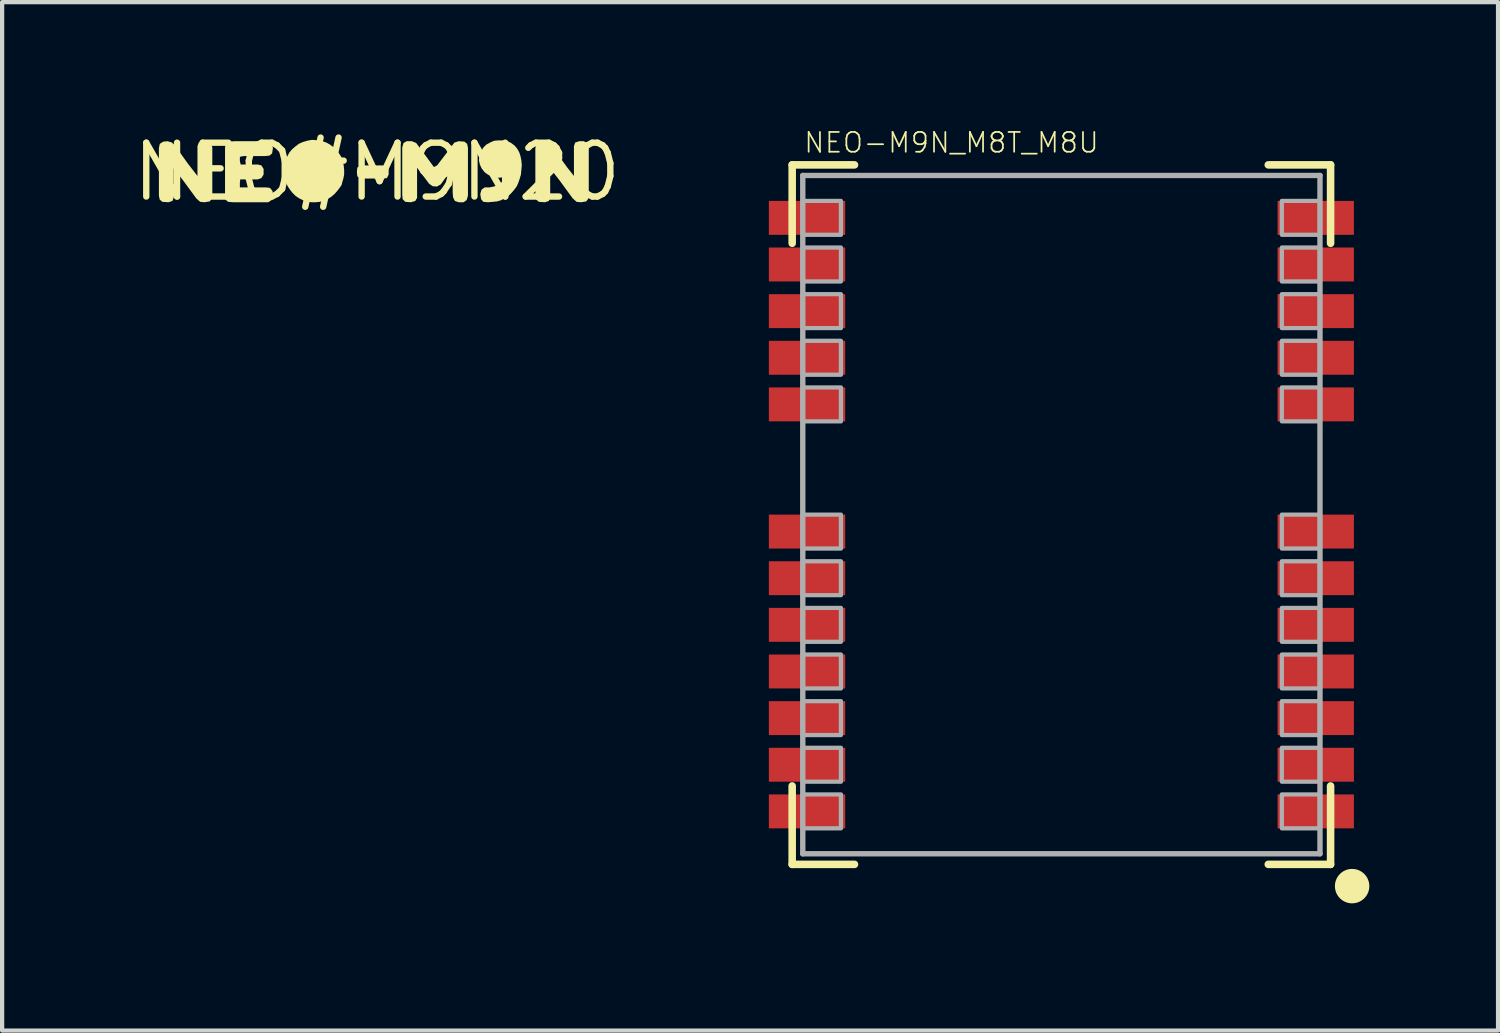
<source format=kicad_pcb>
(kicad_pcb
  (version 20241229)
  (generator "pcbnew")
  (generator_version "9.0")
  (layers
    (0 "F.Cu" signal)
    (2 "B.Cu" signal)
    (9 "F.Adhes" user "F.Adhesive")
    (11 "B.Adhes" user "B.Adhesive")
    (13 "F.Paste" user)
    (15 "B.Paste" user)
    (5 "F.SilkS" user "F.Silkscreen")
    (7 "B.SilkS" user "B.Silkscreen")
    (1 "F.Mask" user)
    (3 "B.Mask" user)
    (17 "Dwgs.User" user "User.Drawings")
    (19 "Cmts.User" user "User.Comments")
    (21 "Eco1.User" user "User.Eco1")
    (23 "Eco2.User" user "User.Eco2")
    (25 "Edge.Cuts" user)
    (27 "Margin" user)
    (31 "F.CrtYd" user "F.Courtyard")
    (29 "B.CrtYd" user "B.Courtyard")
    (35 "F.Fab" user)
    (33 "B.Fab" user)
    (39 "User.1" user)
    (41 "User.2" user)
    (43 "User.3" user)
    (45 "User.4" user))
  (footprint "NEO-M9N_M8T_M8U"
    (layer "F.Cu")
    (at 21.986 9.089)
    (property "Reference" "NEO-M9N_M8T_M8U" (at -6.1 -8.5 0) (layer "F.SilkS") (effects (font (size 0.467 0.467) (thickness 0.041)) (justify left bottom)))
    (fp_line (start -6.35 -8.25) (end -4.88 -8.25) (stroke (width 0.178) (type solid)) (layer "F.SilkS"))
    (fp_line (start -6.35 -6.4) (end -6.35 -8.25) (stroke (width 0.178) (type solid)) (layer "F.SilkS"))
    (fp_line (start -6.35 8.25) (end -6.35 6.4) (stroke (width 0.178) (type solid)) (layer "F.SilkS"))
    (fp_line (start -4.88 8.25) (end -6.35 8.25) (stroke (width 0.178) (type solid)) (layer "F.SilkS"))
    (fp_line (start 4.88 -8.25) (end 6.35 -8.25) (stroke (width 0.178) (type solid)) (layer "F.SilkS"))
    (fp_line (start 6.35 -8.25) (end 6.35 -6.4) (stroke (width 0.178) (type solid)) (layer "F.SilkS"))
    (fp_line (start 6.35 6.4) (end 6.35 8.25) (stroke (width 0.178) (type solid)) (layer "F.SilkS"))
    (fp_line (start 6.35 8.25) (end 4.88 8.25) (stroke (width 0.178) (type solid)) (layer "F.SilkS"))
    (fp_circle (center 6.858 8.763) (end 7.061 8.763) (stroke (width 0.406) (type solid)) (fill yes) (layer "F.SilkS"))
    (fp_poly (pts (xy -6.1 -7.4) (xy -7.3 -7.4) (xy -7.3 -6.6) (xy -6.1 -6.6)) (stroke (width 0) (type solid)) (fill yes) (layer "F.Paste"))
    (fp_poly (pts (xy -6.1 -6.3) (xy -7.3 -6.3) (xy -7.3 -5.5) (xy -6.1 -5.5)) (stroke (width 0) (type solid)) (fill yes) (layer "F.Paste"))
    (fp_poly (pts (xy -6.1 -5.2) (xy -7.3 -5.2) (xy -7.3 -4.4) (xy -6.1 -4.4)) (stroke (width 0) (type solid)) (fill yes) (layer "F.Paste"))
    (fp_poly (pts (xy -6.1 -4.1) (xy -7.3 -4.1) (xy -7.3 -3.3) (xy -6.1 -3.3)) (stroke (width 0) (type solid)) (fill yes) (layer "F.Paste"))
    (fp_poly (pts (xy -6.1 -3) (xy -7.3 -3) (xy -7.3 -2.2) (xy -6.1 -2.2)) (stroke (width 0) (type solid)) (fill yes) (layer "F.Paste"))
    (fp_poly (pts (xy -6.1 0) (xy -7.3 0) (xy -7.3 0.8) (xy -6.1 0.8)) (stroke (width 0) (type solid)) (fill yes) (layer "F.Paste"))
    (fp_poly (pts (xy -6.1 1.1) (xy -7.3 1.1) (xy -7.3 1.9) (xy -6.1 1.9)) (stroke (width 0) (type solid)) (fill yes) (layer "F.Paste"))
    (fp_poly (pts (xy -6.1 2.2) (xy -7.3 2.2) (xy -7.3 3) (xy -6.1 3)) (stroke (width 0) (type solid)) (fill yes) (layer "F.Paste"))
    (fp_poly (pts (xy -6.1 3.3) (xy -7.3 3.3) (xy -7.3 4.1) (xy -6.1 4.1)) (stroke (width 0) (type solid)) (fill yes) (layer "F.Paste"))
    (fp_poly (pts (xy -6.1 4.4) (xy -7.3 4.4) (xy -7.3 5.2) (xy -6.1 5.2)) (stroke (width 0) (type solid)) (fill yes) (layer "F.Paste"))
    (fp_poly (pts (xy -6.1 5.5) (xy -7.3 5.5) (xy -7.3 6.3) (xy -6.1 6.3)) (stroke (width 0) (type solid)) (fill yes) (layer "F.Paste"))
    (fp_poly (pts (xy -6.1 6.6) (xy -7.3 6.6) (xy -7.3 7.4) (xy -6.1 7.4)) (stroke (width 0) (type solid)) (fill yes) (layer "F.Paste"))
    (fp_poly (pts (xy -5.2 -7.3) (xy -6.1 -7.3) (xy -6.1 -6.7) (xy -5.2 -6.7)) (stroke (width 0) (type solid)) (fill yes) (layer "F.Paste"))
    (fp_poly (pts (xy -5.2 -6.2) (xy -6.1 -6.2) (xy -6.1 -5.6) (xy -5.2 -5.6)) (stroke (width 0) (type solid)) (fill yes) (layer "F.Paste"))
    (fp_poly (pts (xy -5.2 -5.1) (xy -6.1 -5.1) (xy -6.1 -4.5) (xy -5.2 -4.5)) (stroke (width 0) (type solid)) (fill yes) (layer "F.Paste"))
    (fp_poly (pts (xy -5.2 -4) (xy -6.1 -4) (xy -6.1 -3.4) (xy -5.2 -3.4)) (stroke (width 0) (type solid)) (fill yes) (layer "F.Paste"))
    (fp_poly (pts (xy -5.2 -2.9) (xy -6.1 -2.9) (xy -6.1 -2.3) (xy -5.2 -2.3)) (stroke (width 0) (type solid)) (fill yes) (layer "F.Paste"))
    (fp_poly (pts (xy -5.2 0.1) (xy -6.1 0.1) (xy -6.1 0.7) (xy -5.2 0.7)) (stroke (width 0) (type solid)) (fill yes) (layer "F.Paste"))
    (fp_poly (pts (xy -5.2 1.2) (xy -6.1 1.2) (xy -6.1 1.8) (xy -5.2 1.8)) (stroke (width 0) (type solid)) (fill yes) (layer "F.Paste"))
    (fp_poly (pts (xy -5.2 2.3) (xy -6.1 2.3) (xy -6.1 2.9) (xy -5.2 2.9)) (stroke (width 0) (type solid)) (fill yes) (layer "F.Paste"))
    (fp_poly (pts (xy -5.2 3.4) (xy -6.1 3.4) (xy -6.1 4) (xy -5.2 4)) (stroke (width 0) (type solid)) (fill yes) (layer "F.Paste"))
    (fp_poly (pts (xy -5.2 4.5) (xy -6.1 4.5) (xy -6.1 5.1) (xy -5.2 5.1)) (stroke (width 0) (type solid)) (fill yes) (layer "F.Paste"))
    (fp_poly (pts (xy -5.2 5.6) (xy -6.1 5.6) (xy -6.1 6.2) (xy -5.2 6.2)) (stroke (width 0) (type solid)) (fill yes) (layer "F.Paste"))
    (fp_poly (pts (xy -5.2 6.7) (xy -6.1 6.7) (xy -6.1 7.3) (xy -5.2 7.3)) (stroke (width 0) (type solid)) (fill yes) (layer "F.Paste"))
    (fp_poly (pts (xy 5.2 -6.7) (xy 6.1 -6.7) (xy 6.1 -7.3) (xy 5.2 -7.3)) (stroke (width 0) (type solid)) (fill yes) (layer "F.Paste"))
    (fp_poly (pts (xy 5.2 -5.6) (xy 6.1 -5.6) (xy 6.1 -6.2) (xy 5.2 -6.2)) (stroke (width 0) (type solid)) (fill yes) (layer "F.Paste"))
    (fp_poly (pts (xy 5.2 -4.5) (xy 6.1 -4.5) (xy 6.1 -5.1) (xy 5.2 -5.1)) (stroke (width 0) (type solid)) (fill yes) (layer "F.Paste"))
    (fp_poly (pts (xy 5.2 -3.4) (xy 6.1 -3.4) (xy 6.1 -4) (xy 5.2 -4)) (stroke (width 0) (type solid)) (fill yes) (layer "F.Paste"))
    (fp_poly (pts (xy 5.2 -2.3) (xy 6.1 -2.3) (xy 6.1 -2.9) (xy 5.2 -2.9)) (stroke (width 0) (type solid)) (fill yes) (layer "F.Paste"))
    (fp_poly (pts (xy 5.2 0.7) (xy 6.1 0.7) (xy 6.1 0.1) (xy 5.2 0.1)) (stroke (width 0) (type solid)) (fill yes) (layer "F.Paste"))
    (fp_poly (pts (xy 5.2 1.8) (xy 6.1 1.8) (xy 6.1 1.2) (xy 5.2 1.2)) (stroke (width 0) (type solid)) (fill yes) (layer "F.Paste"))
    (fp_poly (pts (xy 5.2 2.9) (xy 6.1 2.9) (xy 6.1 2.3) (xy 5.2 2.3)) (stroke (width 0) (type solid)) (fill yes) (layer "F.Paste"))
    (fp_poly (pts (xy 5.2 4) (xy 6.1 4) (xy 6.1 3.4) (xy 5.2 3.4)) (stroke (width 0) (type solid)) (fill yes) (layer "F.Paste"))
    (fp_poly (pts (xy 5.2 5.1) (xy 6.1 5.1) (xy 6.1 4.5) (xy 5.2 4.5)) (stroke (width 0) (type solid)) (fill yes) (layer "F.Paste"))
    (fp_poly (pts (xy 5.2 6.2) (xy 6.1 6.2) (xy 6.1 5.6) (xy 5.2 5.6)) (stroke (width 0) (type solid)) (fill yes) (layer "F.Paste"))
    (fp_poly (pts (xy 5.2 7.3) (xy 6.1 7.3) (xy 6.1 6.7) (xy 5.2 6.7)) (stroke (width 0) (type solid)) (fill yes) (layer "F.Paste"))
    (fp_poly (pts (xy 6.1 -6.6) (xy 7.3 -6.6) (xy 7.3 -7.4) (xy 6.1 -7.4)) (stroke (width 0) (type solid)) (fill yes) (layer "F.Paste"))
    (fp_poly (pts (xy 6.1 -5.5) (xy 7.3 -5.5) (xy 7.3 -6.3) (xy 6.1 -6.3)) (stroke (width 0) (type solid)) (fill yes) (layer "F.Paste"))
    (fp_poly (pts (xy 6.1 -4.4) (xy 7.3 -4.4) (xy 7.3 -5.2) (xy 6.1 -5.2)) (stroke (width 0) (type solid)) (fill yes) (layer "F.Paste"))
    (fp_poly (pts (xy 6.1 -3.3) (xy 7.3 -3.3) (xy 7.3 -4.1) (xy 6.1 -4.1)) (stroke (width 0) (type solid)) (fill yes) (layer "F.Paste"))
    (fp_poly (pts (xy 6.1 -2.2) (xy 7.3 -2.2) (xy 7.3 -3) (xy 6.1 -3)) (stroke (width 0) (type solid)) (fill yes) (layer "F.Paste"))
    (fp_poly (pts (xy 6.1 0.8) (xy 7.3 0.8) (xy 7.3 0) (xy 6.1 0)) (stroke (width 0) (type solid)) (fill yes) (layer "F.Paste"))
    (fp_poly (pts (xy 6.1 1.9) (xy 7.3 1.9) (xy 7.3 1.1) (xy 6.1 1.1)) (stroke (width 0) (type solid)) (fill yes) (layer "F.Paste"))
    (fp_poly (pts (xy 6.1 3) (xy 7.3 3) (xy 7.3 2.2) (xy 6.1 2.2)) (stroke (width 0) (type solid)) (fill yes) (layer "F.Paste"))
    (fp_poly (pts (xy 6.1 4.1) (xy 7.3 4.1) (xy 7.3 3.3) (xy 6.1 3.3)) (stroke (width 0) (type solid)) (fill yes) (layer "F.Paste"))
    (fp_poly (pts (xy 6.1 5.2) (xy 7.3 5.2) (xy 7.3 4.4) (xy 6.1 4.4)) (stroke (width 0) (type solid)) (fill yes) (layer "F.Paste"))
    (fp_poly (pts (xy 6.1 6.3) (xy 7.3 6.3) (xy 7.3 5.5) (xy 6.1 5.5)) (stroke (width 0) (type solid)) (fill yes) (layer "F.Paste"))
    (fp_poly (pts (xy 6.1 7.4) (xy 7.3 7.4) (xy 7.3 6.6) (xy 6.1 6.6)) (stroke (width 0) (type solid)) (fill yes) (layer "F.Paste"))
    (fp_line (start -6.1 -8) (end 6.1 -8) (stroke (width 0.127) (type solid)) (layer "F.Fab"))
    (fp_line (start -6.1 8) (end -6.1 -8) (stroke (width 0.127) (type solid)) (layer "F.Fab"))
    (fp_line (start 6.1 -8) (end 6.1 8) (stroke (width 0.127) (type solid)) (layer "F.Fab"))
    (fp_line (start 6.1 8) (end -6.1 8) (stroke (width 0.127) (type solid)) (layer "F.Fab"))
    (fp_poly (pts (xy -6.1 -6.6) (xy -5.2 -6.6) (xy -5.2 -7.4) (xy -6.1 -7.4)) (stroke (width 0.1) (type solid)) (fill no) (layer "F.Fab"))
    (fp_poly (pts (xy -6.1 -5.5) (xy -5.2 -5.5) (xy -5.2 -6.3) (xy -6.1 -6.3)) (stroke (width 0.1) (type solid)) (fill no) (layer "F.Fab"))
    (fp_poly (pts (xy -6.1 -4.4) (xy -5.2 -4.4) (xy -5.2 -5.2) (xy -6.1 -5.2)) (stroke (width 0.1) (type solid)) (fill no) (layer "F.Fab"))
    (fp_poly (pts (xy -6.1 -3.3) (xy -5.2 -3.3) (xy -5.2 -4.1) (xy -6.1 -4.1)) (stroke (width 0.1) (type solid)) (fill no) (layer "F.Fab"))
    (fp_poly (pts (xy -6.1 -2.2) (xy -5.2 -2.2) (xy -5.2 -3) (xy -6.1 -3)) (stroke (width 0.1) (type solid)) (fill no) (layer "F.Fab"))
    (fp_poly (pts (xy -6.1 0.8) (xy -5.2 0.8) (xy -5.2 0) (xy -6.1 0)) (stroke (width 0.1) (type solid)) (fill no) (layer "F.Fab"))
    (fp_poly (pts (xy -6.1 1.9) (xy -5.2 1.9) (xy -5.2 1.1) (xy -6.1 1.1)) (stroke (width 0.1) (type solid)) (fill no) (layer "F.Fab"))
    (fp_poly (pts (xy -6.1 3) (xy -5.2 3) (xy -5.2 2.2) (xy -6.1 2.2)) (stroke (width 0.1) (type solid)) (fill no) (layer "F.Fab"))
    (fp_poly (pts (xy -6.1 4.1) (xy -5.2 4.1) (xy -5.2 3.3) (xy -6.1 3.3)) (stroke (width 0.1) (type solid)) (fill no) (layer "F.Fab"))
    (fp_poly (pts (xy -6.1 5.2) (xy -5.2 5.2) (xy -5.2 4.4) (xy -6.1 4.4)) (stroke (width 0.1) (type solid)) (fill no) (layer "F.Fab"))
    (fp_poly (pts (xy -6.1 6.3) (xy -5.2 6.3) (xy -5.2 5.5) (xy -6.1 5.5)) (stroke (width 0.1) (type solid)) (fill no) (layer "F.Fab"))
    (fp_poly (pts (xy -6.1 7.4) (xy -5.2 7.4) (xy -5.2 6.6) (xy -6.1 6.6)) (stroke (width 0.1) (type solid)) (fill no) (layer "F.Fab"))
    (fp_poly (pts (xy 5.2 -6.6) (xy 6.1 -6.6) (xy 6.1 -7.4) (xy 5.2 -7.4)) (stroke (width 0.1) (type solid)) (fill no) (layer "F.Fab"))
    (fp_poly (pts (xy 5.2 -5.5) (xy 6.1 -5.5) (xy 6.1 -6.3) (xy 5.2 -6.3)) (stroke (width 0.1) (type solid)) (fill no) (layer "F.Fab"))
    (fp_poly (pts (xy 5.2 -4.4) (xy 6.1 -4.4) (xy 6.1 -5.2) (xy 5.2 -5.2)) (stroke (width 0.1) (type solid)) (fill no) (layer "F.Fab"))
    (fp_poly (pts (xy 5.2 -3.3) (xy 6.1 -3.3) (xy 6.1 -4.1) (xy 5.2 -4.1)) (stroke (width 0.1) (type solid)) (fill no) (layer "F.Fab"))
    (fp_poly (pts (xy 5.2 -2.2) (xy 6.1 -2.2) (xy 6.1 -3) (xy 5.2 -3)) (stroke (width 0.1) (type solid)) (fill no) (layer "F.Fab"))
    (fp_poly (pts (xy 5.2 0.8) (xy 6.1 0.8) (xy 6.1 0) (xy 5.2 0)) (stroke (width 0.1) (type solid)) (fill no) (layer "F.Fab"))
    (fp_poly (pts (xy 5.2 1.9) (xy 6.1 1.9) (xy 6.1 1.1) (xy 5.2 1.1)) (stroke (width 0.1) (type solid)) (fill no) (layer "F.Fab"))
    (fp_poly (pts (xy 5.2 3) (xy 6.1 3) (xy 6.1 2.2) (xy 5.2 2.2)) (stroke (width 0.1) (type solid)) (fill no) (layer "F.Fab"))
    (fp_poly (pts (xy 5.2 4.1) (xy 6.1 4.1) (xy 6.1 3.3) (xy 5.2 3.3)) (stroke (width 0.1) (type solid)) (fill no) (layer "F.Fab"))
    (fp_poly (pts (xy 5.2 5.2) (xy 6.1 5.2) (xy 6.1 4.4) (xy 5.2 4.4)) (stroke (width 0.1) (type solid)) (fill no) (layer "F.Fab"))
    (fp_poly (pts (xy 5.2 6.3) (xy 6.1 6.3) (xy 6.1 5.5) (xy 5.2 5.5)) (stroke (width 0.1) (type solid)) (fill no) (layer "F.Fab"))
    (fp_poly (pts (xy 5.2 7.4) (xy 6.1 7.4) (xy 6.1 6.6) (xy 5.2 6.6)) (stroke (width 0.1) (type solid)) (fill no) (layer "F.Fab"))
    (pad "1" smd rect (at 6 7) (size 1.8 0.8) (layers "F.Cu" "F.Mask"))
    (pad "2" smd rect (at 6 5.9) (size 1.8 0.8) (layers "F.Cu" "F.Mask"))
    (pad "3" smd rect (at 6 4.8) (size 1.8 0.8) (layers "F.Cu" "F.Mask"))
    (pad "4" smd rect (at 6 3.7) (size 1.8 0.8) (layers "F.Cu" "F.Mask"))
    (pad "5" smd rect (at 6 2.6) (size 1.8 0.8) (layers "F.Cu" "F.Mask"))
    (pad "6" smd rect (at 6 1.5) (size 1.8 0.8) (layers "F.Cu" "F.Mask"))
    (pad "7" smd rect (at 6 0.4) (size 1.8 0.8) (layers "F.Cu" "F.Mask"))
    (pad "8" smd rect (at 6 -2.6) (size 1.8 0.8) (layers "F.Cu" "F.Mask"))
    (pad "9" smd rect (at 6 -3.7) (size 1.8 0.8) (layers "F.Cu" "F.Mask"))
    (pad "10" smd rect (at 6 -4.8) (size 1.8 0.8) (layers "F.Cu" "F.Mask"))
    (pad "11" smd rect (at 6 -5.9) (size 1.8 0.8) (layers "F.Cu" "F.Mask"))
    (pad "12" smd rect (at 6 -7) (size 1.8 0.8) (layers "F.Cu" "F.Mask"))
    (pad "13" smd rect (at -6 -7 180) (size 1.8 0.8) (layers "F.Cu" "F.Mask"))
    (pad "14" smd rect (at -6 -5.9 180) (size 1.8 0.8) (layers "F.Cu" "F.Mask"))
    (pad "15" smd rect (at -6 -4.8 180) (size 1.8 0.8) (layers "F.Cu" "F.Mask"))
    (pad "16" smd rect (at -6 -3.7 180) (size 1.8 0.8) (layers "F.Cu" "F.Mask"))
    (pad "17" smd rect (at -6 -2.6 180) (size 1.8 0.8) (layers "F.Cu" "F.Mask"))
    (pad "18" smd rect (at -6 0.4 180) (size 1.8 0.8) (layers "F.Cu" "F.Mask"))
    (pad "19" smd rect (at -6 1.5 180) (size 1.8 0.8) (layers "F.Cu" "F.Mask"))
    (pad "20" smd rect (at -6 2.6 180) (size 1.8 0.8) (layers "F.Cu" "F.Mask"))
    (pad "21" smd rect (at -6 3.7 180) (size 1.8 0.8) (layers "F.Cu" "F.Mask"))
    (pad "22" smd rect (at -6 4.8 180) (size 1.8 0.8) (layers "F.Cu" "F.Mask"))
    (pad "23" smd rect (at -6 5.9 180) (size 1.8 0.8) (layers "F.Cu" "F.Mask"))
    (pad "24" smd rect (at -6 7 180) (size 1.8 0.8) (layers "F.Cu" "F.Mask")))
  (footprint "NEO#M9N20"
    (layer "F.Cu")
    (at 5.843 1.006)
    (property "Reference" "NEO#M9N20" (at 0 0 0) (layer "F.SilkS") (effects (font (size 1.27 1.27) (thickness 0.15))))
    (fp_poly (pts (xy 0.233 -0.134) (xy 0.275 -0.051) (xy 0.275 0.061) (xy 0.233 0.145) (xy 0.13 0.155) (xy -0.392 0.155) (xy -0.465 0.103) (xy -0.475 0) (xy -0.465 -0.103) (xy -0.381 -0.155) (xy 0.13 -0.155)) (stroke (width 0) (type solid)) (fill yes) (layer "F.SilkS"))
    (fp_poly (pts (xy -4.837 -0.694) (xy -4.766 -0.623) (xy -4.466 -0.203) (xy -4.235 0.095) (xy -4.235 -0.611) (xy -4.204 -0.694) (xy -4.111 -0.725) (xy -3.999 -0.725) (xy -3.916 -0.673) (xy -3.885 -0.581) (xy -3.885 0.54) (xy -3.895 0.632) (xy -3.947 0.695) (xy -4.07 0.715) (xy -4.172 0.705) (xy -4.264 0.623) (xy -4.564 0.213) (xy -4.795 -0.085) (xy -4.795 0.601) (xy -4.826 0.684) (xy -4.919 0.715) (xy -5.062 0.705) (xy -5.125 0.653) (xy -5.145 0.561) (xy -5.145 -0.56) (xy -5.124 -0.663) (xy -5.042 -0.715) (xy -4.94 -0.725)) (stroke (width 0) (type solid)) (fill yes) (layer "F.SilkS"))
    (fp_poly (pts (xy 4.043 -0.694) (xy 4.114 -0.623) (xy 4.474 -0.123) (xy 4.645 0.095) (xy 4.645 -0.611) (xy 4.676 -0.694) (xy 4.769 -0.725) (xy 4.881 -0.725) (xy 4.964 -0.673) (xy 4.995 -0.581) (xy 4.995 0.54) (xy 4.985 0.632) (xy 4.933 0.695) (xy 4.81 0.715) (xy 4.708 0.705) (xy 4.616 0.623) (xy 4.316 0.213) (xy 4.085 -0.085) (xy 4.085 0.601) (xy 4.054 0.684) (xy 3.961 0.715) (xy 3.818 0.705) (xy 3.755 0.653) (xy 3.735 0.561) (xy 3.735 -0.56) (xy 3.756 -0.663) (xy 3.838 -0.715) (xy 3.94 -0.725)) (stroke (width 0) (type solid)) (fill yes) (layer "F.SilkS"))
    (fp_poly (pts (xy -2.558 -0.715) (xy -2.486 -0.673) (xy -2.455 -0.56) (xy -2.475 -0.437) (xy -2.538 -0.385) (xy -2.64 -0.375) (xy -3.149 -0.375) (xy -3.235 -0.356) (xy -3.235 -0.261) (xy -3.216 -0.175) (xy -2.809 -0.175) (xy -2.727 -0.154) (xy -2.675 -0.071) (xy -2.675 0.061) (xy -2.727 0.144) (xy -2.809 0.175) (xy -3.226 0.175) (xy -3.235 0.26) (xy -3.235 0.365) (xy -2.62 0.365) (xy -2.527 0.375) (xy -2.465 0.448) (xy -2.455 0.571) (xy -2.496 0.673) (xy -2.569 0.715) (xy -3.39 0.715) (xy -3.512 0.705) (xy -3.575 0.653) (xy -3.585 0.55) (xy -3.585 -0.581) (xy -3.564 -0.673) (xy -3.492 -0.715) (xy -3.37 -0.725) (xy -2.66 -0.725)) (stroke (width 0) (type solid)) (fill yes) (layer "F.SilkS"))
    (fp_poly (pts (xy 2.062 -0.715) (xy 2.125 -0.663) (xy 2.145 -0.571) (xy 2.145 0.561) (xy 2.114 0.663) (xy 2.042 0.715) (xy 1.929 0.715) (xy 1.836 0.684) (xy 1.795 0.601) (xy 1.785 0.49) (xy 1.785 -0.104) (xy 1.554 0.223) (xy 1.503 0.294) (xy 1.411 0.345) (xy 1.308 0.335) (xy 1.226 0.274) (xy 0.957 -0.086) (xy 0.945 -0.092) (xy 0.945 0.611) (xy 0.903 0.684) (xy 0.801 0.715) (xy 0.668 0.705) (xy 0.605 0.642) (xy 0.595 0.54) (xy 0.595 -0.581) (xy 0.626 -0.683) (xy 0.699 -0.725) (xy 0.821 -0.725) (xy 0.923 -0.684) (xy 0.984 -0.603) (xy 1.342 -0.116) (xy 1.417 -0.154) (xy 1.646 -0.453) (xy 1.746 -0.593) (xy 1.827 -0.694) (xy 1.929 -0.725)) (stroke (width 0) (type solid)) (fill yes) (layer "F.SilkS"))
    (fp_poly (pts (xy -1.389 -0.745) (xy -1.289 -0.725) (xy -1.198 -0.695) (xy -1.107 -0.644) (xy -1.027 -0.584) (xy -0.946 -0.503) (xy -0.886 -0.423) (xy -0.835 -0.342) (xy -0.805 -0.241) (xy -0.785 -0.151) (xy -0.775 -0.04) (xy -0.775 0.06) (xy -0.795 0.161) (xy -0.825 0.262) (xy -0.866 0.353) (xy -0.926 0.433) (xy -0.996 0.514) (xy -1.077 0.584) (xy -1.158 0.634) (xy -1.248 0.675) (xy -1.349 0.705) (xy -1.45 0.715) (xy -1.55 0.715) (xy -1.651 0.695) (xy -1.752 0.665) (xy -1.833 0.624) (xy -1.923 0.564) (xy -1.994 0.493) (xy -2.064 0.403) (xy -2.112 0.327) (xy -2.112 0.327) (xy -2.114 0.322) (xy -2.117 0.318) (xy -2.116 0.318) (xy -2.155 0.232) (xy -2.185 0.131) (xy -2.195 0.03) (xy -2.195 -0.07) (xy -2.175 -0.171) (xy -2.155 -0.271) (xy -2.115 -0.372) (xy -2.064 -0.463) (xy -2.004 -0.534) (xy -1.923 -0.604) (xy -1.843 -0.664) (xy -1.752 -0.705) (xy -1.651 -0.735) (xy -1.55 -0.755) (xy -1.49 -0.755)) (stroke (width 0) (type solid)) (fill yes) (layer "F.SilkS"))
    (fp_poly (pts (xy 3.082 -0.725) (xy 3.163 -0.684) (xy 3.243 -0.624) (xy 3.304 -0.553) (xy 3.355 -0.462) (xy 3.385 -0.371) (xy 3.405 -0.271) (xy 3.415 -0.16) (xy 3.405 -0.05) (xy 3.395 0.061) (xy 3.365 0.162) (xy 3.335 0.252) (xy 3.294 0.343) (xy 3.234 0.423) (xy 3.174 0.493) (xy 3.103 0.564) (xy 3.013 0.614) (xy 2.932 0.665) (xy 2.831 0.695) (xy 2.73 0.705) (xy 2.62 0.715) (xy 2.507 0.705) (xy 2.455 0.642) (xy 2.435 0.52) (xy 2.466 0.417) (xy 2.538 0.365) (xy 2.65 0.365) (xy 2.749 0.345) (xy 2.848 0.315) (xy 2.926 0.257) (xy 2.985 0.168) (xy 3.003 0.117) (xy 2.91 0.135) (xy 2.809 0.135) (xy 2.708 0.105) (xy 2.617 0.064) (xy 2.536 0.004) (xy 2.466 -0.087) (xy 2.425 -0.178) (xy 2.405 -0.269) (xy 2.405 -0.28) (xy 2.415 -0.391) (xy 2.456 -0.482) (xy 2.506 -0.573) (xy 2.577 -0.644) (xy 2.668 -0.694) (xy 2.759 -0.735) (xy 2.86 -0.745) (xy 2.97 -0.745)) (stroke (width 0) (type solid)) (fill yes) (layer "F.SilkS")))
  (gr_rect
    (start -3 -3)
    (end 32.286 21.259)
    (stroke (width 0.1) (type default))
    (fill no)
    (layer "Edge.Cuts")))
</source>
